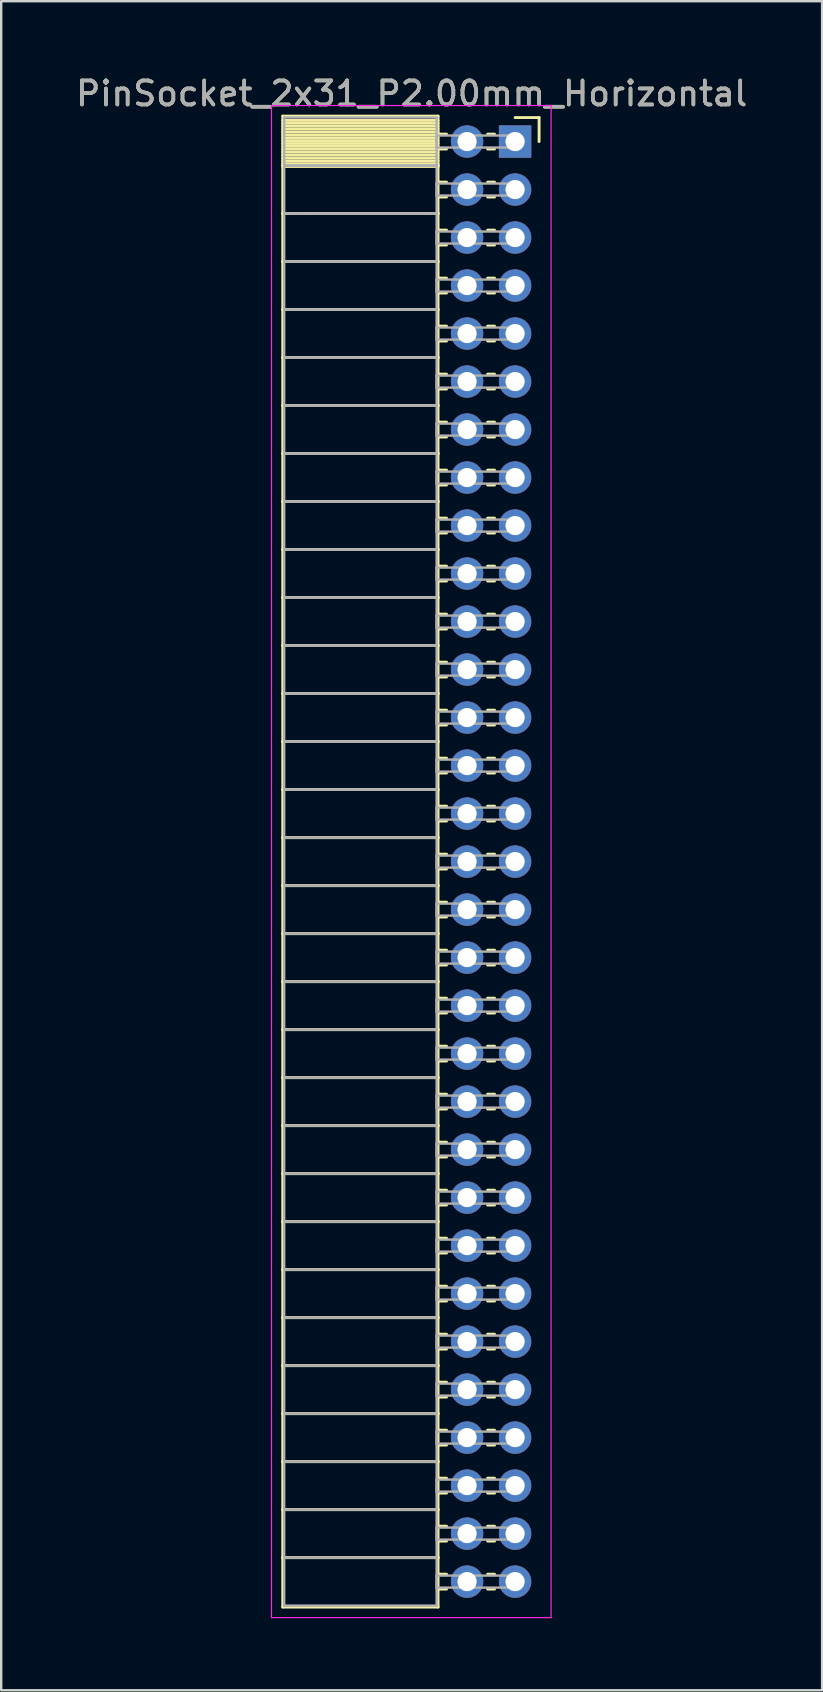
<source format=kicad_pcb>
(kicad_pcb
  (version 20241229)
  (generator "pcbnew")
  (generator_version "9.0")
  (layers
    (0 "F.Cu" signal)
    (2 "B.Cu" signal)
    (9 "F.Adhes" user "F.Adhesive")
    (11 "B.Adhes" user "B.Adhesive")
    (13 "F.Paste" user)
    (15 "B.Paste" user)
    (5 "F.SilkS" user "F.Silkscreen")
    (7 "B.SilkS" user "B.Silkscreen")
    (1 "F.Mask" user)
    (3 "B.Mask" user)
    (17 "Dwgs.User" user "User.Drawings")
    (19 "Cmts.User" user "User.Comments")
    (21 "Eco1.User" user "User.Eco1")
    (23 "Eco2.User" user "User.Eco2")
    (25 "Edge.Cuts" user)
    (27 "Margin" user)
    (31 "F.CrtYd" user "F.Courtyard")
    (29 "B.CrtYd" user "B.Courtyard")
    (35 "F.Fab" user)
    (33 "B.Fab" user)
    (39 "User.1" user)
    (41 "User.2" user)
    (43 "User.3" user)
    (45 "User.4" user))
  (footprint "PinSocket_2x31_P2.00mm_Horizontal"
    (layer "F.Cu")
    (at 18.411 2.848)
    (property "Reference" "PinSocket_2x31_P2.00mm_Horizontal" (at -4.31 -2 0) (layer "F.SilkS") (effects (font (size 1 1) (thickness 0.15))))
    (attr through_hole)
    (fp_line (start -9.68 -1.06) (end -3.21 -1.06) (stroke (width 0.12) (type solid)) (layer "F.SilkS"))
    (fp_line (start -9.68 1) (end -9.68 -1.06) (stroke (width 0.12) (type solid)) (layer "F.SilkS"))
    (fp_line (start -9.68 1) (end -3.21 1) (stroke (width 0.12) (type solid)) (layer "F.SilkS"))
    (fp_line (start -9.68 3) (end -9.68 1) (stroke (width 0.12) (type solid)) (layer "F.SilkS"))
    (fp_line (start -9.68 3) (end -3.21 3) (stroke (width 0.12) (type solid)) (layer "F.SilkS"))
    (fp_line (start -9.68 5) (end -9.68 3) (stroke (width 0.12) (type solid)) (layer "F.SilkS"))
    (fp_line (start -9.68 5) (end -3.21 5) (stroke (width 0.12) (type solid)) (layer "F.SilkS"))
    (fp_line (start -9.68 7) (end -9.68 5) (stroke (width 0.12) (type solid)) (layer "F.SilkS"))
    (fp_line (start -9.68 7) (end -3.21 7) (stroke (width 0.12) (type solid)) (layer "F.SilkS"))
    (fp_line (start -9.68 9) (end -9.68 7) (stroke (width 0.12) (type solid)) (layer "F.SilkS"))
    (fp_line (start -9.68 9) (end -3.21 9) (stroke (width 0.12) (type solid)) (layer "F.SilkS"))
    (fp_line (start -9.68 11) (end -9.68 9) (stroke (width 0.12) (type solid)) (layer "F.SilkS"))
    (fp_line (start -9.68 11) (end -3.21 11) (stroke (width 0.12) (type solid)) (layer "F.SilkS"))
    (fp_line (start -9.68 13) (end -9.68 11) (stroke (width 0.12) (type solid)) (layer "F.SilkS"))
    (fp_line (start -9.68 13) (end -3.21 13) (stroke (width 0.12) (type solid)) (layer "F.SilkS"))
    (fp_line (start -9.68 15) (end -9.68 13) (stroke (width 0.12) (type solid)) (layer "F.SilkS"))
    (fp_line (start -9.68 15) (end -3.21 15) (stroke (width 0.12) (type solid)) (layer "F.SilkS"))
    (fp_line (start -9.68 17) (end -9.68 15) (stroke (width 0.12) (type solid)) (layer "F.SilkS"))
    (fp_line (start -9.68 17) (end -3.21 17) (stroke (width 0.12) (type solid)) (layer "F.SilkS"))
    (fp_line (start -9.68 19) (end -9.68 17) (stroke (width 0.12) (type solid)) (layer "F.SilkS"))
    (fp_line (start -9.68 19) (end -3.21 19) (stroke (width 0.12) (type solid)) (layer "F.SilkS"))
    (fp_line (start -9.68 21) (end -9.68 19) (stroke (width 0.12) (type solid)) (layer "F.SilkS"))
    (fp_line (start -9.68 21) (end -3.21 21) (stroke (width 0.12) (type solid)) (layer "F.SilkS"))
    (fp_line (start -9.68 23) (end -9.68 21) (stroke (width 0.12) (type solid)) (layer "F.SilkS"))
    (fp_line (start -9.68 23) (end -3.21 23) (stroke (width 0.12) (type solid)) (layer "F.SilkS"))
    (fp_line (start -9.68 25) (end -9.68 23) (stroke (width 0.12) (type solid)) (layer "F.SilkS"))
    (fp_line (start -9.68 25) (end -3.21 25) (stroke (width 0.12) (type solid)) (layer "F.SilkS"))
    (fp_line (start -9.68 27) (end -9.68 25) (stroke (width 0.12) (type solid)) (layer "F.SilkS"))
    (fp_line (start -9.68 27) (end -3.21 27) (stroke (width 0.12) (type solid)) (layer "F.SilkS"))
    (fp_line (start -9.68 29) (end -9.68 27) (stroke (width 0.12) (type solid)) (layer "F.SilkS"))
    (fp_line (start -9.68 29) (end -3.21 29) (stroke (width 0.12) (type solid)) (layer "F.SilkS"))
    (fp_line (start -9.68 31) (end -9.68 29) (stroke (width 0.12) (type solid)) (layer "F.SilkS"))
    (fp_line (start -9.68 31) (end -3.21 31) (stroke (width 0.12) (type solid)) (layer "F.SilkS"))
    (fp_line (start -9.68 33) (end -9.68 31) (stroke (width 0.12) (type solid)) (layer "F.SilkS"))
    (fp_line (start -9.68 33) (end -3.21 33) (stroke (width 0.12) (type solid)) (layer "F.SilkS"))
    (fp_line (start -9.68 35) (end -9.68 33) (stroke (width 0.12) (type solid)) (layer "F.SilkS"))
    (fp_line (start -9.68 35) (end -3.21 35) (stroke (width 0.12) (type solid)) (layer "F.SilkS"))
    (fp_line (start -9.68 37) (end -9.68 35) (stroke (width 0.12) (type solid)) (layer "F.SilkS"))
    (fp_line (start -9.68 37) (end -3.21 37) (stroke (width 0.12) (type solid)) (layer "F.SilkS"))
    (fp_line (start -9.68 39) (end -9.68 37) (stroke (width 0.12) (type solid)) (layer "F.SilkS"))
    (fp_line (start -9.68 39) (end -3.21 39) (stroke (width 0.12) (type solid)) (layer "F.SilkS"))
    (fp_line (start -9.68 41) (end -9.68 39) (stroke (width 0.12) (type solid)) (layer "F.SilkS"))
    (fp_line (start -9.68 41) (end -3.21 41) (stroke (width 0.12) (type solid)) (layer "F.SilkS"))
    (fp_line (start -9.68 43) (end -9.68 41) (stroke (width 0.12) (type solid)) (layer "F.SilkS"))
    (fp_line (start -9.68 43) (end -3.21 43) (stroke (width 0.12) (type solid)) (layer "F.SilkS"))
    (fp_line (start -9.68 45) (end -9.68 43) (stroke (width 0.12) (type solid)) (layer "F.SilkS"))
    (fp_line (start -9.68 45) (end -3.21 45) (stroke (width 0.12) (type solid)) (layer "F.SilkS"))
    (fp_line (start -9.68 47) (end -9.68 45) (stroke (width 0.12) (type solid)) (layer "F.SilkS"))
    (fp_line (start -9.68 47) (end -3.21 47) (stroke (width 0.12) (type solid)) (layer "F.SilkS"))
    (fp_line (start -9.68 49) (end -9.68 47) (stroke (width 0.12) (type solid)) (layer "F.SilkS"))
    (fp_line (start -9.68 49) (end -3.21 49) (stroke (width 0.12) (type solid)) (layer "F.SilkS"))
    (fp_line (start -9.68 51) (end -9.68 49) (stroke (width 0.12) (type solid)) (layer "F.SilkS"))
    (fp_line (start -9.68 51) (end -3.21 51) (stroke (width 0.12) (type solid)) (layer "F.SilkS"))
    (fp_line (start -9.68 53) (end -9.68 51) (stroke (width 0.12) (type solid)) (layer "F.SilkS"))
    (fp_line (start -9.68 53) (end -3.21 53) (stroke (width 0.12) (type solid)) (layer "F.SilkS"))
    (fp_line (start -9.68 55) (end -9.68 53) (stroke (width 0.12) (type solid)) (layer "F.SilkS"))
    (fp_line (start -9.68 55) (end -3.21 55) (stroke (width 0.12) (type solid)) (layer "F.SilkS"))
    (fp_line (start -9.68 57) (end -9.68 55) (stroke (width 0.12) (type solid)) (layer "F.SilkS"))
    (fp_line (start -9.68 57) (end -3.21 57) (stroke (width 0.12) (type solid)) (layer "F.SilkS"))
    (fp_line (start -9.68 59) (end -9.68 57) (stroke (width 0.12) (type solid)) (layer "F.SilkS"))
    (fp_line (start -9.68 59) (end -3.21 59) (stroke (width 0.12) (type solid)) (layer "F.SilkS"))
    (fp_line (start -9.68 61.06) (end -9.68 59) (stroke (width 0.12) (type solid)) (layer "F.SilkS"))
    (fp_line (start -3.21 -1.06) (end -3.21 1) (stroke (width 0.12) (type solid)) (layer "F.SilkS"))
    (fp_line (start -3.21 -0.88) (end -9.68 -0.88) (stroke (width 0.12) (type solid)) (layer "F.SilkS"))
    (fp_line (start -3.21 -0.76) (end -9.68 -0.76) (stroke (width 0.12) (type solid)) (layer "F.SilkS"))
    (fp_line (start -3.21 -0.64) (end -9.68 -0.64) (stroke (width 0.12) (type solid)) (layer "F.SilkS"))
    (fp_line (start -3.21 -0.52) (end -9.68 -0.52) (stroke (width 0.12) (type solid)) (layer "F.SilkS"))
    (fp_line (start -3.21 -0.4) (end -9.68 -0.4) (stroke (width 0.12) (type solid)) (layer "F.SilkS"))
    (fp_line (start -3.21 -0.28) (end -9.68 -0.28) (stroke (width 0.12) (type solid)) (layer "F.SilkS"))
    (fp_line (start -3.21 -0.16) (end -9.68 -0.16) (stroke (width 0.12) (type solid)) (layer "F.SilkS"))
    (fp_line (start -3.21 -0.04) (end -9.68 -0.04) (stroke (width 0.12) (type solid)) (layer "F.SilkS"))
    (fp_line (start -3.21 0.08) (end -9.68 0.08) (stroke (width 0.12) (type solid)) (layer "F.SilkS"))
    (fp_line (start -3.21 0.2) (end -9.68 0.2) (stroke (width 0.12) (type solid)) (layer "F.SilkS"))
    (fp_line (start -3.21 0.32) (end -9.68 0.32) (stroke (width 0.12) (type solid)) (layer "F.SilkS"))
    (fp_line (start -3.21 0.44) (end -9.68 0.44) (stroke (width 0.12) (type solid)) (layer "F.SilkS"))
    (fp_line (start -3.21 0.56) (end -9.68 0.56) (stroke (width 0.12) (type solid)) (layer "F.SilkS"))
    (fp_line (start -3.21 0.68) (end -9.68 0.68) (stroke (width 0.12) (type solid)) (layer "F.SilkS"))
    (fp_line (start -3.21 0.8) (end -9.68 0.8) (stroke (width 0.12) (type solid)) (layer "F.SilkS"))
    (fp_line (start -3.21 0.92) (end -9.68 0.92) (stroke (width 0.12) (type solid)) (layer "F.SilkS"))
    (fp_line (start -3.21 1) (end -9.68 1) (stroke (width 0.12) (type solid)) (layer "F.SilkS"))
    (fp_line (start -3.21 1) (end -3.21 3) (stroke (width 0.12) (type solid)) (layer "F.SilkS"))
    (fp_line (start -3.21 1.04) (end -9.68 1.04) (stroke (width 0.12) (type solid)) (layer "F.SilkS"))
    (fp_line (start -3.21 3) (end -9.68 3) (stroke (width 0.12) (type solid)) (layer "F.SilkS"))
    (fp_line (start -3.21 3) (end -3.21 5) (stroke (width 0.12) (type solid)) (layer "F.SilkS"))
    (fp_line (start -3.21 5) (end -9.68 5) (stroke (width 0.12) (type solid)) (layer "F.SilkS"))
    (fp_line (start -3.21 5) (end -3.21 7) (stroke (width 0.12) (type solid)) (layer "F.SilkS"))
    (fp_line (start -3.21 7) (end -9.68 7) (stroke (width 0.12) (type solid)) (layer "F.SilkS"))
    (fp_line (start -3.21 7) (end -3.21 9) (stroke (width 0.12) (type solid)) (layer "F.SilkS"))
    (fp_line (start -3.21 9) (end -9.68 9) (stroke (width 0.12) (type solid)) (layer "F.SilkS"))
    (fp_line (start -3.21 9) (end -3.21 11) (stroke (width 0.12) (type solid)) (layer "F.SilkS"))
    (fp_line (start -3.21 11) (end -9.68 11) (stroke (width 0.12) (type solid)) (layer "F.SilkS"))
    (fp_line (start -3.21 11) (end -3.21 13) (stroke (width 0.12) (type solid)) (layer "F.SilkS"))
    (fp_line (start -3.21 13) (end -9.68 13) (stroke (width 0.12) (type solid)) (layer "F.SilkS"))
    (fp_line (start -3.21 13) (end -3.21 15) (stroke (width 0.12) (type solid)) (layer "F.SilkS"))
    (fp_line (start -3.21 15) (end -9.68 15) (stroke (width 0.12) (type solid)) (layer "F.SilkS"))
    (fp_line (start -3.21 15) (end -3.21 17) (stroke (width 0.12) (type solid)) (layer "F.SilkS"))
    (fp_line (start -3.21 17) (end -9.68 17) (stroke (width 0.12) (type solid)) (layer "F.SilkS"))
    (fp_line (start -3.21 17) (end -3.21 19) (stroke (width 0.12) (type solid)) (layer "F.SilkS"))
    (fp_line (start -3.21 19) (end -9.68 19) (stroke (width 0.12) (type solid)) (layer "F.SilkS"))
    (fp_line (start -3.21 19) (end -3.21 21) (stroke (width 0.12) (type solid)) (layer "F.SilkS"))
    (fp_line (start -3.21 21) (end -9.68 21) (stroke (width 0.12) (type solid)) (layer "F.SilkS"))
    (fp_line (start -3.21 21) (end -3.21 23) (stroke (width 0.12) (type solid)) (layer "F.SilkS"))
    (fp_line (start -3.21 23) (end -9.68 23) (stroke (width 0.12) (type solid)) (layer "F.SilkS"))
    (fp_line (start -3.21 23) (end -3.21 25) (stroke (width 0.12) (type solid)) (layer "F.SilkS"))
    (fp_line (start -3.21 25) (end -9.68 25) (stroke (width 0.12) (type solid)) (layer "F.SilkS"))
    (fp_line (start -3.21 25) (end -3.21 27) (stroke (width 0.12) (type solid)) (layer "F.SilkS"))
    (fp_line (start -3.21 27) (end -9.68 27) (stroke (width 0.12) (type solid)) (layer "F.SilkS"))
    (fp_line (start -3.21 27) (end -3.21 29) (stroke (width 0.12) (type solid)) (layer "F.SilkS"))
    (fp_line (start -3.21 29) (end -9.68 29) (stroke (width 0.12) (type solid)) (layer "F.SilkS"))
    (fp_line (start -3.21 29) (end -3.21 31) (stroke (width 0.12) (type solid)) (layer "F.SilkS"))
    (fp_line (start -3.21 31) (end -9.68 31) (stroke (width 0.12) (type solid)) (layer "F.SilkS"))
    (fp_line (start -3.21 31) (end -3.21 33) (stroke (width 0.12) (type solid)) (layer "F.SilkS"))
    (fp_line (start -3.21 33) (end -9.68 33) (stroke (width 0.12) (type solid)) (layer "F.SilkS"))
    (fp_line (start -3.21 33) (end -3.21 35) (stroke (width 0.12) (type solid)) (layer "F.SilkS"))
    (fp_line (start -3.21 35) (end -9.68 35) (stroke (width 0.12) (type solid)) (layer "F.SilkS"))
    (fp_line (start -3.21 35) (end -3.21 37) (stroke (width 0.12) (type solid)) (layer "F.SilkS"))
    (fp_line (start -3.21 37) (end -9.68 37) (stroke (width 0.12) (type solid)) (layer "F.SilkS"))
    (fp_line (start -3.21 37) (end -3.21 39) (stroke (width 0.12) (type solid)) (layer "F.SilkS"))
    (fp_line (start -3.21 39) (end -9.68 39) (stroke (width 0.12) (type solid)) (layer "F.SilkS"))
    (fp_line (start -3.21 39) (end -3.21 41) (stroke (width 0.12) (type solid)) (layer "F.SilkS"))
    (fp_line (start -3.21 41) (end -9.68 41) (stroke (width 0.12) (type solid)) (layer "F.SilkS"))
    (fp_line (start -3.21 41) (end -3.21 43) (stroke (width 0.12) (type solid)) (layer "F.SilkS"))
    (fp_line (start -3.21 43) (end -9.68 43) (stroke (width 0.12) (type solid)) (layer "F.SilkS"))
    (fp_line (start -3.21 43) (end -3.21 45) (stroke (width 0.12) (type solid)) (layer "F.SilkS"))
    (fp_line (start -3.21 45) (end -9.68 45) (stroke (width 0.12) (type solid)) (layer "F.SilkS"))
    (fp_line (start -3.21 45) (end -3.21 47) (stroke (width 0.12) (type solid)) (layer "F.SilkS"))
    (fp_line (start -3.21 47) (end -9.68 47) (stroke (width 0.12) (type solid)) (layer "F.SilkS"))
    (fp_line (start -3.21 47) (end -3.21 49) (stroke (width 0.12) (type solid)) (layer "F.SilkS"))
    (fp_line (start -3.21 49) (end -9.68 49) (stroke (width 0.12) (type solid)) (layer "F.SilkS"))
    (fp_line (start -3.21 49) (end -3.21 51) (stroke (width 0.12) (type solid)) (layer "F.SilkS"))
    (fp_line (start -3.21 51) (end -9.68 51) (stroke (width 0.12) (type solid)) (layer "F.SilkS"))
    (fp_line (start -3.21 51) (end -3.21 53) (stroke (width 0.12) (type solid)) (layer "F.SilkS"))
    (fp_line (start -3.21 53) (end -9.68 53) (stroke (width 0.12) (type solid)) (layer "F.SilkS"))
    (fp_line (start -3.21 53) (end -3.21 55) (stroke (width 0.12) (type solid)) (layer "F.SilkS"))
    (fp_line (start -3.21 55) (end -9.68 55) (stroke (width 0.12) (type solid)) (layer "F.SilkS"))
    (fp_line (start -3.21 55) (end -3.21 57) (stroke (width 0.12) (type solid)) (layer "F.SilkS"))
    (fp_line (start -3.21 57) (end -9.68 57) (stroke (width 0.12) (type solid)) (layer "F.SilkS"))
    (fp_line (start -3.21 57) (end -3.21 59) (stroke (width 0.12) (type solid)) (layer "F.SilkS"))
    (fp_line (start -3.21 59) (end -9.68 59) (stroke (width 0.12) (type solid)) (layer "F.SilkS"))
    (fp_line (start -3.21 59) (end -3.21 61.06) (stroke (width 0.12) (type solid)) (layer "F.SilkS"))
    (fp_line (start -3.21 61.06) (end -9.68 61.06) (stroke (width 0.12) (type solid)) (layer "F.SilkS"))
    (fp_line (start -2.855 -0.31) (end -3.21 -0.31) (stroke (width 0.12) (type solid)) (layer "F.SilkS"))
    (fp_line (start -2.855 0.31) (end -3.21 0.31) (stroke (width 0.12) (type solid)) (layer "F.SilkS"))
    (fp_line (start -2.855 1.69) (end -3.21 1.69) (stroke (width 0.12) (type solid)) (layer "F.SilkS"))
    (fp_line (start -2.855 2.31) (end -3.21 2.31) (stroke (width 0.12) (type solid)) (layer "F.SilkS"))
    (fp_line (start -2.855 3.69) (end -3.21 3.69) (stroke (width 0.12) (type solid)) (layer "F.SilkS"))
    (fp_line (start -2.855 4.31) (end -3.21 4.31) (stroke (width 0.12) (type solid)) (layer "F.SilkS"))
    (fp_line (start -2.855 5.69) (end -3.21 5.69) (stroke (width 0.12) (type solid)) (layer "F.SilkS"))
    (fp_line (start -2.855 6.31) (end -3.21 6.31) (stroke (width 0.12) (type solid)) (layer "F.SilkS"))
    (fp_line (start -2.855 7.69) (end -3.21 7.69) (stroke (width 0.12) (type solid)) (layer "F.SilkS"))
    (fp_line (start -2.855 8.31) (end -3.21 8.31) (stroke (width 0.12) (type solid)) (layer "F.SilkS"))
    (fp_line (start -2.855 9.69) (end -3.21 9.69) (stroke (width 0.12) (type solid)) (layer "F.SilkS"))
    (fp_line (start -2.855 10.31) (end -3.21 10.31) (stroke (width 0.12) (type solid)) (layer "F.SilkS"))
    (fp_line (start -2.855 11.69) (end -3.21 11.69) (stroke (width 0.12) (type solid)) (layer "F.SilkS"))
    (fp_line (start -2.855 12.31) (end -3.21 12.31) (stroke (width 0.12) (type solid)) (layer "F.SilkS"))
    (fp_line (start -2.855 13.69) (end -3.21 13.69) (stroke (width 0.12) (type solid)) (layer "F.SilkS"))
    (fp_line (start -2.855 14.31) (end -3.21 14.31) (stroke (width 0.12) (type solid)) (layer "F.SilkS"))
    (fp_line (start -2.855 15.69) (end -3.21 15.69) (stroke (width 0.12) (type solid)) (layer "F.SilkS"))
    (fp_line (start -2.855 16.31) (end -3.21 16.31) (stroke (width 0.12) (type solid)) (layer "F.SilkS"))
    (fp_line (start -2.855 17.69) (end -3.21 17.69) (stroke (width 0.12) (type solid)) (layer "F.SilkS"))
    (fp_line (start -2.855 18.31) (end -3.21 18.31) (stroke (width 0.12) (type solid)) (layer "F.SilkS"))
    (fp_line (start -2.855 19.69) (end -3.21 19.69) (stroke (width 0.12) (type solid)) (layer "F.SilkS"))
    (fp_line (start -2.855 20.31) (end -3.21 20.31) (stroke (width 0.12) (type solid)) (layer "F.SilkS"))
    (fp_line (start -2.855 21.69) (end -3.21 21.69) (stroke (width 0.12) (type solid)) (layer "F.SilkS"))
    (fp_line (start -2.855 22.31) (end -3.21 22.31) (stroke (width 0.12) (type solid)) (layer "F.SilkS"))
    (fp_line (start -2.855 23.69) (end -3.21 23.69) (stroke (width 0.12) (type solid)) (layer "F.SilkS"))
    (fp_line (start -2.855 24.31) (end -3.21 24.31) (stroke (width 0.12) (type solid)) (layer "F.SilkS"))
    (fp_line (start -2.855 25.69) (end -3.21 25.69) (stroke (width 0.12) (type solid)) (layer "F.SilkS"))
    (fp_line (start -2.855 26.31) (end -3.21 26.31) (stroke (width 0.12) (type solid)) (layer "F.SilkS"))
    (fp_line (start -2.855 27.69) (end -3.21 27.69) (stroke (width 0.12) (type solid)) (layer "F.SilkS"))
    (fp_line (start -2.855 28.31) (end -3.21 28.31) (stroke (width 0.12) (type solid)) (layer "F.SilkS"))
    (fp_line (start -2.855 29.69) (end -3.21 29.69) (stroke (width 0.12) (type solid)) (layer "F.SilkS"))
    (fp_line (start -2.855 30.31) (end -3.21 30.31) (stroke (width 0.12) (type solid)) (layer "F.SilkS"))
    (fp_line (start -2.855 31.69) (end -3.21 31.69) (stroke (width 0.12) (type solid)) (layer "F.SilkS"))
    (fp_line (start -2.855 32.31) (end -3.21 32.31) (stroke (width 0.12) (type solid)) (layer "F.SilkS"))
    (fp_line (start -2.855 33.69) (end -3.21 33.69) (stroke (width 0.12) (type solid)) (layer "F.SilkS"))
    (fp_line (start -2.855 34.31) (end -3.21 34.31) (stroke (width 0.12) (type solid)) (layer "F.SilkS"))
    (fp_line (start -2.855 35.69) (end -3.21 35.69) (stroke (width 0.12) (type solid)) (layer "F.SilkS"))
    (fp_line (start -2.855 36.31) (end -3.21 36.31) (stroke (width 0.12) (type solid)) (layer "F.SilkS"))
    (fp_line (start -2.855 37.69) (end -3.21 37.69) (stroke (width 0.12) (type solid)) (layer "F.SilkS"))
    (fp_line (start -2.855 38.31) (end -3.21 38.31) (stroke (width 0.12) (type solid)) (layer "F.SilkS"))
    (fp_line (start -2.855 39.69) (end -3.21 39.69) (stroke (width 0.12) (type solid)) (layer "F.SilkS"))
    (fp_line (start -2.855 40.31) (end -3.21 40.31) (stroke (width 0.12) (type solid)) (layer "F.SilkS"))
    (fp_line (start -2.855 41.69) (end -3.21 41.69) (stroke (width 0.12) (type solid)) (layer "F.SilkS"))
    (fp_line (start -2.855 42.31) (end -3.21 42.31) (stroke (width 0.12) (type solid)) (layer "F.SilkS"))
    (fp_line (start -2.855 43.69) (end -3.21 43.69) (stroke (width 0.12) (type solid)) (layer "F.SilkS"))
    (fp_line (start -2.855 44.31) (end -3.21 44.31) (stroke (width 0.12) (type solid)) (layer "F.SilkS"))
    (fp_line (start -2.855 45.69) (end -3.21 45.69) (stroke (width 0.12) (type solid)) (layer "F.SilkS"))
    (fp_line (start -2.855 46.31) (end -3.21 46.31) (stroke (width 0.12) (type solid)) (layer "F.SilkS"))
    (fp_line (start -2.855 47.69) (end -3.21 47.69) (stroke (width 0.12) (type solid)) (layer "F.SilkS"))
    (fp_line (start -2.855 48.31) (end -3.21 48.31) (stroke (width 0.12) (type solid)) (layer "F.SilkS"))
    (fp_line (start -2.855 49.69) (end -3.21 49.69) (stroke (width 0.12) (type solid)) (layer "F.SilkS"))
    (fp_line (start -2.855 50.31) (end -3.21 50.31) (stroke (width 0.12) (type solid)) (layer "F.SilkS"))
    (fp_line (start -2.855 51.69) (end -3.21 51.69) (stroke (width 0.12) (type solid)) (layer "F.SilkS"))
    (fp_line (start -2.855 52.31) (end -3.21 52.31) (stroke (width 0.12) (type solid)) (layer "F.SilkS"))
    (fp_line (start -2.855 53.69) (end -3.21 53.69) (stroke (width 0.12) (type solid)) (layer "F.SilkS"))
    (fp_line (start -2.855 54.31) (end -3.21 54.31) (stroke (width 0.12) (type solid)) (layer "F.SilkS"))
    (fp_line (start -2.855 55.69) (end -3.21 55.69) (stroke (width 0.12) (type solid)) (layer "F.SilkS"))
    (fp_line (start -2.855 56.31) (end -3.21 56.31) (stroke (width 0.12) (type solid)) (layer "F.SilkS"))
    (fp_line (start -2.855 57.69) (end -3.21 57.69) (stroke (width 0.12) (type solid)) (layer "F.SilkS"))
    (fp_line (start -2.855 58.31) (end -3.21 58.31) (stroke (width 0.12) (type solid)) (layer "F.SilkS"))
    (fp_line (start -2.855 59.69) (end -3.21 59.69) (stroke (width 0.12) (type solid)) (layer "F.SilkS"))
    (fp_line (start -2.855 60.31) (end -3.21 60.31) (stroke (width 0.12) (type solid)) (layer "F.SilkS"))
    (fp_line (start -0.855 -0.31) (end -1.145 -0.31) (stroke (width 0.12) (type solid)) (layer "F.SilkS"))
    (fp_line (start -0.855 0.31) (end -1.145 0.31) (stroke (width 0.12) (type solid)) (layer "F.SilkS"))
    (fp_line (start -0.855 1.69) (end -1.145 1.69) (stroke (width 0.12) (type solid)) (layer "F.SilkS"))
    (fp_line (start -0.855 2.31) (end -1.145 2.31) (stroke (width 0.12) (type solid)) (layer "F.SilkS"))
    (fp_line (start -0.855 3.69) (end -1.145 3.69) (stroke (width 0.12) (type solid)) (layer "F.SilkS"))
    (fp_line (start -0.855 4.31) (end -1.145 4.31) (stroke (width 0.12) (type solid)) (layer "F.SilkS"))
    (fp_line (start -0.855 5.69) (end -1.145 5.69) (stroke (width 0.12) (type solid)) (layer "F.SilkS"))
    (fp_line (start -0.855 6.31) (end -1.145 6.31) (stroke (width 0.12) (type solid)) (layer "F.SilkS"))
    (fp_line (start -0.855 7.69) (end -1.145 7.69) (stroke (width 0.12) (type solid)) (layer "F.SilkS"))
    (fp_line (start -0.855 8.31) (end -1.145 8.31) (stroke (width 0.12) (type solid)) (layer "F.SilkS"))
    (fp_line (start -0.855 9.69) (end -1.145 9.69) (stroke (width 0.12) (type solid)) (layer "F.SilkS"))
    (fp_line (start -0.855 10.31) (end -1.145 10.31) (stroke (width 0.12) (type solid)) (layer "F.SilkS"))
    (fp_line (start -0.855 11.69) (end -1.145 11.69) (stroke (width 0.12) (type solid)) (layer "F.SilkS"))
    (fp_line (start -0.855 12.31) (end -1.145 12.31) (stroke (width 0.12) (type solid)) (layer "F.SilkS"))
    (fp_line (start -0.855 13.69) (end -1.145 13.69) (stroke (width 0.12) (type solid)) (layer "F.SilkS"))
    (fp_line (start -0.855 14.31) (end -1.145 14.31) (stroke (width 0.12) (type solid)) (layer "F.SilkS"))
    (fp_line (start -0.855 15.69) (end -1.145 15.69) (stroke (width 0.12) (type solid)) (layer "F.SilkS"))
    (fp_line (start -0.855 16.31) (end -1.145 16.31) (stroke (width 0.12) (type solid)) (layer "F.SilkS"))
    (fp_line (start -0.855 17.69) (end -1.145 17.69) (stroke (width 0.12) (type solid)) (layer "F.SilkS"))
    (fp_line (start -0.855 18.31) (end -1.145 18.31) (stroke (width 0.12) (type solid)) (layer "F.SilkS"))
    (fp_line (start -0.855 19.69) (end -1.145 19.69) (stroke (width 0.12) (type solid)) (layer "F.SilkS"))
    (fp_line (start -0.855 20.31) (end -1.145 20.31) (stroke (width 0.12) (type solid)) (layer "F.SilkS"))
    (fp_line (start -0.855 21.69) (end -1.145 21.69) (stroke (width 0.12) (type solid)) (layer "F.SilkS"))
    (fp_line (start -0.855 22.31) (end -1.145 22.31) (stroke (width 0.12) (type solid)) (layer "F.SilkS"))
    (fp_line (start -0.855 23.69) (end -1.145 23.69) (stroke (width 0.12) (type solid)) (layer "F.SilkS"))
    (fp_line (start -0.855 24.31) (end -1.145 24.31) (stroke (width 0.12) (type solid)) (layer "F.SilkS"))
    (fp_line (start -0.855 25.69) (end -1.145 25.69) (stroke (width 0.12) (type solid)) (layer "F.SilkS"))
    (fp_line (start -0.855 26.31) (end -1.145 26.31) (stroke (width 0.12) (type solid)) (layer "F.SilkS"))
    (fp_line (start -0.855 27.69) (end -1.145 27.69) (stroke (width 0.12) (type solid)) (layer "F.SilkS"))
    (fp_line (start -0.855 28.31) (end -1.145 28.31) (stroke (width 0.12) (type solid)) (layer "F.SilkS"))
    (fp_line (start -0.855 29.69) (end -1.145 29.69) (stroke (width 0.12) (type solid)) (layer "F.SilkS"))
    (fp_line (start -0.855 30.31) (end -1.145 30.31) (stroke (width 0.12) (type solid)) (layer "F.SilkS"))
    (fp_line (start -0.855 31.69) (end -1.145 31.69) (stroke (width 0.12) (type solid)) (layer "F.SilkS"))
    (fp_line (start -0.855 32.31) (end -1.145 32.31) (stroke (width 0.12) (type solid)) (layer "F.SilkS"))
    (fp_line (start -0.855 33.69) (end -1.145 33.69) (stroke (width 0.12) (type solid)) (layer "F.SilkS"))
    (fp_line (start -0.855 34.31) (end -1.145 34.31) (stroke (width 0.12) (type solid)) (layer "F.SilkS"))
    (fp_line (start -0.855 35.69) (end -1.145 35.69) (stroke (width 0.12) (type solid)) (layer "F.SilkS"))
    (fp_line (start -0.855 36.31) (end -1.145 36.31) (stroke (width 0.12) (type solid)) (layer "F.SilkS"))
    (fp_line (start -0.855 37.69) (end -1.145 37.69) (stroke (width 0.12) (type solid)) (layer "F.SilkS"))
    (fp_line (start -0.855 38.31) (end -1.145 38.31) (stroke (width 0.12) (type solid)) (layer "F.SilkS"))
    (fp_line (start -0.855 39.69) (end -1.145 39.69) (stroke (width 0.12) (type solid)) (layer "F.SilkS"))
    (fp_line (start -0.855 40.31) (end -1.145 40.31) (stroke (width 0.12) (type solid)) (layer "F.SilkS"))
    (fp_line (start -0.855 41.69) (end -1.145 41.69) (stroke (width 0.12) (type solid)) (layer "F.SilkS"))
    (fp_line (start -0.855 42.31) (end -1.145 42.31) (stroke (width 0.12) (type solid)) (layer "F.SilkS"))
    (fp_line (start -0.855 43.69) (end -1.145 43.69) (stroke (width 0.12) (type solid)) (layer "F.SilkS"))
    (fp_line (start -0.855 44.31) (end -1.145 44.31) (stroke (width 0.12) (type solid)) (layer "F.SilkS"))
    (fp_line (start -0.855 45.69) (end -1.145 45.69) (stroke (width 0.12) (type solid)) (layer "F.SilkS"))
    (fp_line (start -0.855 46.31) (end -1.145 46.31) (stroke (width 0.12) (type solid)) (layer "F.SilkS"))
    (fp_line (start -0.855 47.69) (end -1.145 47.69) (stroke (width 0.12) (type solid)) (layer "F.SilkS"))
    (fp_line (start -0.855 48.31) (end -1.145 48.31) (stroke (width 0.12) (type solid)) (layer "F.SilkS"))
    (fp_line (start -0.855 49.69) (end -1.145 49.69) (stroke (width 0.12) (type solid)) (layer "F.SilkS"))
    (fp_line (start -0.855 50.31) (end -1.145 50.31) (stroke (width 0.12) (type solid)) (layer "F.SilkS"))
    (fp_line (start -0.855 51.69) (end -1.145 51.69) (stroke (width 0.12) (type solid)) (layer "F.SilkS"))
    (fp_line (start -0.855 52.31) (end -1.145 52.31) (stroke (width 0.12) (type solid)) (layer "F.SilkS"))
    (fp_line (start -0.855 53.69) (end -1.145 53.69) (stroke (width 0.12) (type solid)) (layer "F.SilkS"))
    (fp_line (start -0.855 54.31) (end -1.145 54.31) (stroke (width 0.12) (type solid)) (layer "F.SilkS"))
    (fp_line (start -0.855 55.69) (end -1.145 55.69) (stroke (width 0.12) (type solid)) (layer "F.SilkS"))
    (fp_line (start -0.855 56.31) (end -1.145 56.31) (stroke (width 0.12) (type solid)) (layer "F.SilkS"))
    (fp_line (start -0.855 57.69) (end -1.145 57.69) (stroke (width 0.12) (type solid)) (layer "F.SilkS"))
    (fp_line (start -0.855 58.31) (end -1.145 58.31) (stroke (width 0.12) (type solid)) (layer "F.SilkS"))
    (fp_line (start -0.855 59.69) (end -1.145 59.69) (stroke (width 0.12) (type solid)) (layer "F.SilkS"))
    (fp_line (start -0.855 60.31) (end -1.145 60.31) (stroke (width 0.12) (type solid)) (layer "F.SilkS"))
    (fp_line (start 0 -1) (end 1 -1) (stroke (width 0.12) (type solid)) (layer "F.SilkS"))
    (fp_line (start 1 -1) (end 1 0) (stroke (width 0.12) (type solid)) (layer "F.SilkS"))
    (fp_line (start -10.15 -1.5) (end 1.5 -1.5) (stroke (width 0.05) (type solid)) (layer "F.CrtYd"))
    (fp_line (start -10.15 61.5) (end -10.15 -1.5) (stroke (width 0.05) (type solid)) (layer "F.CrtYd"))
    (fp_line (start 1.5 -1.5) (end 1.5 61.5) (stroke (width 0.05) (type solid)) (layer "F.CrtYd"))
    (fp_line (start 1.5 61.5) (end -10.15 61.5) (stroke (width 0.05) (type solid)) (layer "F.CrtYd"))
    (fp_line (start -9.62 -1) (end -3.27 -1) (stroke (width 0.1) (type solid)) (layer "F.Fab"))
    (fp_line (start -9.62 1) (end -9.62 -1) (stroke (width 0.1) (type solid)) (layer "F.Fab"))
    (fp_line (start -9.62 1) (end -3.27 1) (stroke (width 0.1) (type solid)) (layer "F.Fab"))
    (fp_line (start -9.62 3) (end -9.62 1) (stroke (width 0.1) (type solid)) (layer "F.Fab"))
    (fp_line (start -9.62 3) (end -3.27 3) (stroke (width 0.1) (type solid)) (layer "F.Fab"))
    (fp_line (start -9.62 5) (end -9.62 3) (stroke (width 0.1) (type solid)) (layer "F.Fab"))
    (fp_line (start -9.62 5) (end -3.27 5) (stroke (width 0.1) (type solid)) (layer "F.Fab"))
    (fp_line (start -9.62 7) (end -9.62 5) (stroke (width 0.1) (type solid)) (layer "F.Fab"))
    (fp_line (start -9.62 7) (end -3.27 7) (stroke (width 0.1) (type solid)) (layer "F.Fab"))
    (fp_line (start -9.62 9) (end -9.62 7) (stroke (width 0.1) (type solid)) (layer "F.Fab"))
    (fp_line (start -9.62 9) (end -3.27 9) (stroke (width 0.1) (type solid)) (layer "F.Fab"))
    (fp_line (start -9.62 11) (end -9.62 9) (stroke (width 0.1) (type solid)) (layer "F.Fab"))
    (fp_line (start -9.62 11) (end -3.27 11) (stroke (width 0.1) (type solid)) (layer "F.Fab"))
    (fp_line (start -9.62 13) (end -9.62 11) (stroke (width 0.1) (type solid)) (layer "F.Fab"))
    (fp_line (start -9.62 13) (end -3.27 13) (stroke (width 0.1) (type solid)) (layer "F.Fab"))
    (fp_line (start -9.62 15) (end -9.62 13) (stroke (width 0.1) (type solid)) (layer "F.Fab"))
    (fp_line (start -9.62 15) (end -3.27 15) (stroke (width 0.1) (type solid)) (layer "F.Fab"))
    (fp_line (start -9.62 17) (end -9.62 15) (stroke (width 0.1) (type solid)) (layer "F.Fab"))
    (fp_line (start -9.62 17) (end -3.27 17) (stroke (width 0.1) (type solid)) (layer "F.Fab"))
    (fp_line (start -9.62 19) (end -9.62 17) (stroke (width 0.1) (type solid)) (layer "F.Fab"))
    (fp_line (start -9.62 19) (end -3.27 19) (stroke (width 0.1) (type solid)) (layer "F.Fab"))
    (fp_line (start -9.62 21) (end -9.62 19) (stroke (width 0.1) (type solid)) (layer "F.Fab"))
    (fp_line (start -9.62 21) (end -3.27 21) (stroke (width 0.1) (type solid)) (layer "F.Fab"))
    (fp_line (start -9.62 23) (end -9.62 21) (stroke (width 0.1) (type solid)) (layer "F.Fab"))
    (fp_line (start -9.62 23) (end -3.27 23) (stroke (width 0.1) (type solid)) (layer "F.Fab"))
    (fp_line (start -9.62 25) (end -9.62 23) (stroke (width 0.1) (type solid)) (layer "F.Fab"))
    (fp_line (start -9.62 25) (end -3.27 25) (stroke (width 0.1) (type solid)) (layer "F.Fab"))
    (fp_line (start -9.62 27) (end -9.62 25) (stroke (width 0.1) (type solid)) (layer "F.Fab"))
    (fp_line (start -9.62 27) (end -3.27 27) (stroke (width 0.1) (type solid)) (layer "F.Fab"))
    (fp_line (start -9.62 29) (end -9.62 27) (stroke (width 0.1) (type solid)) (layer "F.Fab"))
    (fp_line (start -9.62 29) (end -3.27 29) (stroke (width 0.1) (type solid)) (layer "F.Fab"))
    (fp_line (start -9.62 31) (end -9.62 29) (stroke (width 0.1) (type solid)) (layer "F.Fab"))
    (fp_line (start -9.62 31) (end -3.27 31) (stroke (width 0.1) (type solid)) (layer "F.Fab"))
    (fp_line (start -9.62 33) (end -9.62 31) (stroke (width 0.1) (type solid)) (layer "F.Fab"))
    (fp_line (start -9.62 33) (end -3.27 33) (stroke (width 0.1) (type solid)) (layer "F.Fab"))
    (fp_line (start -9.62 35) (end -9.62 33) (stroke (width 0.1) (type solid)) (layer "F.Fab"))
    (fp_line (start -9.62 35) (end -3.27 35) (stroke (width 0.1) (type solid)) (layer "F.Fab"))
    (fp_line (start -9.62 37) (end -9.62 35) (stroke (width 0.1) (type solid)) (layer "F.Fab"))
    (fp_line (start -9.62 37) (end -3.27 37) (stroke (width 0.1) (type solid)) (layer "F.Fab"))
    (fp_line (start -9.62 39) (end -9.62 37) (stroke (width 0.1) (type solid)) (layer "F.Fab"))
    (fp_line (start -9.62 39) (end -3.27 39) (stroke (width 0.1) (type solid)) (layer "F.Fab"))
    (fp_line (start -9.62 41) (end -9.62 39) (stroke (width 0.1) (type solid)) (layer "F.Fab"))
    (fp_line (start -9.62 41) (end -3.27 41) (stroke (width 0.1) (type solid)) (layer "F.Fab"))
    (fp_line (start -9.62 43) (end -9.62 41) (stroke (width 0.1) (type solid)) (layer "F.Fab"))
    (fp_line (start -9.62 43) (end -3.27 43) (stroke (width 0.1) (type solid)) (layer "F.Fab"))
    (fp_line (start -9.62 45) (end -9.62 43) (stroke (width 0.1) (type solid)) (layer "F.Fab"))
    (fp_line (start -9.62 45) (end -3.27 45) (stroke (width 0.1) (type solid)) (layer "F.Fab"))
    (fp_line (start -9.62 47) (end -9.62 45) (stroke (width 0.1) (type solid)) (layer "F.Fab"))
    (fp_line (start -9.62 47) (end -3.27 47) (stroke (width 0.1) (type solid)) (layer "F.Fab"))
    (fp_line (start -9.62 49) (end -9.62 47) (stroke (width 0.1) (type solid)) (layer "F.Fab"))
    (fp_line (start -9.62 49) (end -3.27 49) (stroke (width 0.1) (type solid)) (layer "F.Fab"))
    (fp_line (start -9.62 51) (end -9.62 49) (stroke (width 0.1) (type solid)) (layer "F.Fab"))
    (fp_line (start -9.62 51) (end -3.27 51) (stroke (width 0.1) (type solid)) (layer "F.Fab"))
    (fp_line (start -9.62 53) (end -9.62 51) (stroke (width 0.1) (type solid)) (layer "F.Fab"))
    (fp_line (start -9.62 53) (end -3.27 53) (stroke (width 0.1) (type solid)) (layer "F.Fab"))
    (fp_line (start -9.62 55) (end -9.62 53) (stroke (width 0.1) (type solid)) (layer "F.Fab"))
    (fp_line (start -9.62 55) (end -3.27 55) (stroke (width 0.1) (type solid)) (layer "F.Fab"))
    (fp_line (start -9.62 57) (end -9.62 55) (stroke (width 0.1) (type solid)) (layer "F.Fab"))
    (fp_line (start -9.62 57) (end -3.27 57) (stroke (width 0.1) (type solid)) (layer "F.Fab"))
    (fp_line (start -9.62 59) (end -9.62 57) (stroke (width 0.1) (type solid)) (layer "F.Fab"))
    (fp_line (start -9.62 59) (end -3.27 59) (stroke (width 0.1) (type solid)) (layer "F.Fab"))
    (fp_line (start -9.62 61) (end -9.62 59) (stroke (width 0.1) (type solid)) (layer "F.Fab"))
    (fp_line (start -3.27 -1) (end -3.27 1) (stroke (width 0.1) (type solid)) (layer "F.Fab"))
    (fp_line (start -3.27 -0.25) (end 0 -0.25) (stroke (width 0.1) (type solid)) (layer "F.Fab"))
    (fp_line (start -3.27 0.25) (end -3.27 -0.25) (stroke (width 0.1) (type solid)) (layer "F.Fab"))
    (fp_line (start -3.27 1) (end -9.62 1) (stroke (width 0.1) (type solid)) (layer "F.Fab"))
    (fp_line (start -3.27 1) (end -3.27 3) (stroke (width 0.1) (type solid)) (layer "F.Fab"))
    (fp_line (start -3.27 1.75) (end 0 1.75) (stroke (width 0.1) (type solid)) (layer "F.Fab"))
    (fp_line (start -3.27 2.25) (end -3.27 1.75) (stroke (width 0.1) (type solid)) (layer "F.Fab"))
    (fp_line (start -3.27 3) (end -9.62 3) (stroke (width 0.1) (type solid)) (layer "F.Fab"))
    (fp_line (start -3.27 3) (end -3.27 5) (stroke (width 0.1) (type solid)) (layer "F.Fab"))
    (fp_line (start -3.27 3.75) (end 0 3.75) (stroke (width 0.1) (type solid)) (layer "F.Fab"))
    (fp_line (start -3.27 4.25) (end -3.27 3.75) (stroke (width 0.1) (type solid)) (layer "F.Fab"))
    (fp_line (start -3.27 5) (end -9.62 5) (stroke (width 0.1) (type solid)) (layer "F.Fab"))
    (fp_line (start -3.27 5) (end -3.27 7) (stroke (width 0.1) (type solid)) (layer "F.Fab"))
    (fp_line (start -3.27 5.75) (end 0 5.75) (stroke (width 0.1) (type solid)) (layer "F.Fab"))
    (fp_line (start -3.27 6.25) (end -3.27 5.75) (stroke (width 0.1) (type solid)) (layer "F.Fab"))
    (fp_line (start -3.27 7) (end -9.62 7) (stroke (width 0.1) (type solid)) (layer "F.Fab"))
    (fp_line (start -3.27 7) (end -3.27 9) (stroke (width 0.1) (type solid)) (layer "F.Fab"))
    (fp_line (start -3.27 7.75) (end 0 7.75) (stroke (width 0.1) (type solid)) (layer "F.Fab"))
    (fp_line (start -3.27 8.25) (end -3.27 7.75) (stroke (width 0.1) (type solid)) (layer "F.Fab"))
    (fp_line (start -3.27 9) (end -9.62 9) (stroke (width 0.1) (type solid)) (layer "F.Fab"))
    (fp_line (start -3.27 9) (end -3.27 11) (stroke (width 0.1) (type solid)) (layer "F.Fab"))
    (fp_line (start -3.27 9.75) (end 0 9.75) (stroke (width 0.1) (type solid)) (layer "F.Fab"))
    (fp_line (start -3.27 10.25) (end -3.27 9.75) (stroke (width 0.1) (type solid)) (layer "F.Fab"))
    (fp_line (start -3.27 11) (end -9.62 11) (stroke (width 0.1) (type solid)) (layer "F.Fab"))
    (fp_line (start -3.27 11) (end -3.27 13) (stroke (width 0.1) (type solid)) (layer "F.Fab"))
    (fp_line (start -3.27 11.75) (end 0 11.75) (stroke (width 0.1) (type solid)) (layer "F.Fab"))
    (fp_line (start -3.27 12.25) (end -3.27 11.75) (stroke (width 0.1) (type solid)) (layer "F.Fab"))
    (fp_line (start -3.27 13) (end -9.62 13) (stroke (width 0.1) (type solid)) (layer "F.Fab"))
    (fp_line (start -3.27 13) (end -3.27 15) (stroke (width 0.1) (type solid)) (layer "F.Fab"))
    (fp_line (start -3.27 13.75) (end 0 13.75) (stroke (width 0.1) (type solid)) (layer "F.Fab"))
    (fp_line (start -3.27 14.25) (end -3.27 13.75) (stroke (width 0.1) (type solid)) (layer "F.Fab"))
    (fp_line (start -3.27 15) (end -9.62 15) (stroke (width 0.1) (type solid)) (layer "F.Fab"))
    (fp_line (start -3.27 15) (end -3.27 17) (stroke (width 0.1) (type solid)) (layer "F.Fab"))
    (fp_line (start -3.27 15.75) (end 0 15.75) (stroke (width 0.1) (type solid)) (layer "F.Fab"))
    (fp_line (start -3.27 16.25) (end -3.27 15.75) (stroke (width 0.1) (type solid)) (layer "F.Fab"))
    (fp_line (start -3.27 17) (end -9.62 17) (stroke (width 0.1) (type solid)) (layer "F.Fab"))
    (fp_line (start -3.27 17) (end -3.27 19) (stroke (width 0.1) (type solid)) (layer "F.Fab"))
    (fp_line (start -3.27 17.75) (end 0 17.75) (stroke (width 0.1) (type solid)) (layer "F.Fab"))
    (fp_line (start -3.27 18.25) (end -3.27 17.75) (stroke (width 0.1) (type solid)) (layer "F.Fab"))
    (fp_line (start -3.27 19) (end -9.62 19) (stroke (width 0.1) (type solid)) (layer "F.Fab"))
    (fp_line (start -3.27 19) (end -3.27 21) (stroke (width 0.1) (type solid)) (layer "F.Fab"))
    (fp_line (start -3.27 19.75) (end 0 19.75) (stroke (width 0.1) (type solid)) (layer "F.Fab"))
    (fp_line (start -3.27 20.25) (end -3.27 19.75) (stroke (width 0.1) (type solid)) (layer "F.Fab"))
    (fp_line (start -3.27 21) (end -9.62 21) (stroke (width 0.1) (type solid)) (layer "F.Fab"))
    (fp_line (start -3.27 21) (end -3.27 23) (stroke (width 0.1) (type solid)) (layer "F.Fab"))
    (fp_line (start -3.27 21.75) (end 0 21.75) (stroke (width 0.1) (type solid)) (layer "F.Fab"))
    (fp_line (start -3.27 22.25) (end -3.27 21.75) (stroke (width 0.1) (type solid)) (layer "F.Fab"))
    (fp_line (start -3.27 23) (end -9.62 23) (stroke (width 0.1) (type solid)) (layer "F.Fab"))
    (fp_line (start -3.27 23) (end -3.27 25) (stroke (width 0.1) (type solid)) (layer "F.Fab"))
    (fp_line (start -3.27 23.75) (end 0 23.75) (stroke (width 0.1) (type solid)) (layer "F.Fab"))
    (fp_line (start -3.27 24.25) (end -3.27 23.75) (stroke (width 0.1) (type solid)) (layer "F.Fab"))
    (fp_line (start -3.27 25) (end -9.62 25) (stroke (width 0.1) (type solid)) (layer "F.Fab"))
    (fp_line (start -3.27 25) (end -3.27 27) (stroke (width 0.1) (type solid)) (layer "F.Fab"))
    (fp_line (start -3.27 25.75) (end 0 25.75) (stroke (width 0.1) (type solid)) (layer "F.Fab"))
    (fp_line (start -3.27 26.25) (end -3.27 25.75) (stroke (width 0.1) (type solid)) (layer "F.Fab"))
    (fp_line (start -3.27 27) (end -9.62 27) (stroke (width 0.1) (type solid)) (layer "F.Fab"))
    (fp_line (start -3.27 27) (end -3.27 29) (stroke (width 0.1) (type solid)) (layer "F.Fab"))
    (fp_line (start -3.27 27.75) (end 0 27.75) (stroke (width 0.1) (type solid)) (layer "F.Fab"))
    (fp_line (start -3.27 28.25) (end -3.27 27.75) (stroke (width 0.1) (type solid)) (layer "F.Fab"))
    (fp_line (start -3.27 29) (end -9.62 29) (stroke (width 0.1) (type solid)) (layer "F.Fab"))
    (fp_line (start -3.27 29) (end -3.27 31) (stroke (width 0.1) (type solid)) (layer "F.Fab"))
    (fp_line (start -3.27 29.75) (end 0 29.75) (stroke (width 0.1) (type solid)) (layer "F.Fab"))
    (fp_line (start -3.27 30.25) (end -3.27 29.75) (stroke (width 0.1) (type solid)) (layer "F.Fab"))
    (fp_line (start -3.27 31) (end -9.62 31) (stroke (width 0.1) (type solid)) (layer "F.Fab"))
    (fp_line (start -3.27 31) (end -3.27 33) (stroke (width 0.1) (type solid)) (layer "F.Fab"))
    (fp_line (start -3.27 31.75) (end 0 31.75) (stroke (width 0.1) (type solid)) (layer "F.Fab"))
    (fp_line (start -3.27 32.25) (end -3.27 31.75) (stroke (width 0.1) (type solid)) (layer "F.Fab"))
    (fp_line (start -3.27 33) (end -9.62 33) (stroke (width 0.1) (type solid)) (layer "F.Fab"))
    (fp_line (start -3.27 33) (end -3.27 35) (stroke (width 0.1) (type solid)) (layer "F.Fab"))
    (fp_line (start -3.27 33.75) (end 0 33.75) (stroke (width 0.1) (type solid)) (layer "F.Fab"))
    (fp_line (start -3.27 34.25) (end -3.27 33.75) (stroke (width 0.1) (type solid)) (layer "F.Fab"))
    (fp_line (start -3.27 35) (end -9.62 35) (stroke (width 0.1) (type solid)) (layer "F.Fab"))
    (fp_line (start -3.27 35) (end -3.27 37) (stroke (width 0.1) (type solid)) (layer "F.Fab"))
    (fp_line (start -3.27 35.75) (end 0 35.75) (stroke (width 0.1) (type solid)) (layer "F.Fab"))
    (fp_line (start -3.27 36.25) (end -3.27 35.75) (stroke (width 0.1) (type solid)) (layer "F.Fab"))
    (fp_line (start -3.27 37) (end -9.62 37) (stroke (width 0.1) (type solid)) (layer "F.Fab"))
    (fp_line (start -3.27 37) (end -3.27 39) (stroke (width 0.1) (type solid)) (layer "F.Fab"))
    (fp_line (start -3.27 37.75) (end 0 37.75) (stroke (width 0.1) (type solid)) (layer "F.Fab"))
    (fp_line (start -3.27 38.25) (end -3.27 37.75) (stroke (width 0.1) (type solid)) (layer "F.Fab"))
    (fp_line (start -3.27 39) (end -9.62 39) (stroke (width 0.1) (type solid)) (layer "F.Fab"))
    (fp_line (start -3.27 39) (end -3.27 41) (stroke (width 0.1) (type solid)) (layer "F.Fab"))
    (fp_line (start -3.27 39.75) (end 0 39.75) (stroke (width 0.1) (type solid)) (layer "F.Fab"))
    (fp_line (start -3.27 40.25) (end -3.27 39.75) (stroke (width 0.1) (type solid)) (layer "F.Fab"))
    (fp_line (start -3.27 41) (end -9.62 41) (stroke (width 0.1) (type solid)) (layer "F.Fab"))
    (fp_line (start -3.27 41) (end -3.27 43) (stroke (width 0.1) (type solid)) (layer "F.Fab"))
    (fp_line (start -3.27 41.75) (end 0 41.75) (stroke (width 0.1) (type solid)) (layer "F.Fab"))
    (fp_line (start -3.27 42.25) (end -3.27 41.75) (stroke (width 0.1) (type solid)) (layer "F.Fab"))
    (fp_line (start -3.27 43) (end -9.62 43) (stroke (width 0.1) (type solid)) (layer "F.Fab"))
    (fp_line (start -3.27 43) (end -3.27 45) (stroke (width 0.1) (type solid)) (layer "F.Fab"))
    (fp_line (start -3.27 43.75) (end 0 43.75) (stroke (width 0.1) (type solid)) (layer "F.Fab"))
    (fp_line (start -3.27 44.25) (end -3.27 43.75) (stroke (width 0.1) (type solid)) (layer "F.Fab"))
    (fp_line (start -3.27 45) (end -9.62 45) (stroke (width 0.1) (type solid)) (layer "F.Fab"))
    (fp_line (start -3.27 45) (end -3.27 47) (stroke (width 0.1) (type solid)) (layer "F.Fab"))
    (fp_line (start -3.27 45.75) (end 0 45.75) (stroke (width 0.1) (type solid)) (layer "F.Fab"))
    (fp_line (start -3.27 46.25) (end -3.27 45.75) (stroke (width 0.1) (type solid)) (layer "F.Fab"))
    (fp_line (start -3.27 47) (end -9.62 47) (stroke (width 0.1) (type solid)) (layer "F.Fab"))
    (fp_line (start -3.27 47) (end -3.27 49) (stroke (width 0.1) (type solid)) (layer "F.Fab"))
    (fp_line (start -3.27 47.75) (end 0 47.75) (stroke (width 0.1) (type solid)) (layer "F.Fab"))
    (fp_line (start -3.27 48.25) (end -3.27 47.75) (stroke (width 0.1) (type solid)) (layer "F.Fab"))
    (fp_line (start -3.27 49) (end -9.62 49) (stroke (width 0.1) (type solid)) (layer "F.Fab"))
    (fp_line (start -3.27 49) (end -3.27 51) (stroke (width 0.1) (type solid)) (layer "F.Fab"))
    (fp_line (start -3.27 49.75) (end 0 49.75) (stroke (width 0.1) (type solid)) (layer "F.Fab"))
    (fp_line (start -3.27 50.25) (end -3.27 49.75) (stroke (width 0.1) (type solid)) (layer "F.Fab"))
    (fp_line (start -3.27 51) (end -9.62 51) (stroke (width 0.1) (type solid)) (layer "F.Fab"))
    (fp_line (start -3.27 51) (end -3.27 53) (stroke (width 0.1) (type solid)) (layer "F.Fab"))
    (fp_line (start -3.27 51.75) (end 0 51.75) (stroke (width 0.1) (type solid)) (layer "F.Fab"))
    (fp_line (start -3.27 52.25) (end -3.27 51.75) (stroke (width 0.1) (type solid)) (layer "F.Fab"))
    (fp_line (start -3.27 53) (end -9.62 53) (stroke (width 0.1) (type solid)) (layer "F.Fab"))
    (fp_line (start -3.27 53) (end -3.27 55) (stroke (width 0.1) (type solid)) (layer "F.Fab"))
    (fp_line (start -3.27 53.75) (end 0 53.75) (stroke (width 0.1) (type solid)) (layer "F.Fab"))
    (fp_line (start -3.27 54.25) (end -3.27 53.75) (stroke (width 0.1) (type solid)) (layer "F.Fab"))
    (fp_line (start -3.27 55) (end -9.62 55) (stroke (width 0.1) (type solid)) (layer "F.Fab"))
    (fp_line (start -3.27 55) (end -3.27 57) (stroke (width 0.1) (type solid)) (layer "F.Fab"))
    (fp_line (start -3.27 55.75) (end 0 55.75) (stroke (width 0.1) (type solid)) (layer "F.Fab"))
    (fp_line (start -3.27 56.25) (end -3.27 55.75) (stroke (width 0.1) (type solid)) (layer "F.Fab"))
    (fp_line (start -3.27 57) (end -9.62 57) (stroke (width 0.1) (type solid)) (layer "F.Fab"))
    (fp_line (start -3.27 57) (end -3.27 59) (stroke (width 0.1) (type solid)) (layer "F.Fab"))
    (fp_line (start -3.27 57.75) (end 0 57.75) (stroke (width 0.1) (type solid)) (layer "F.Fab"))
    (fp_line (start -3.27 58.25) (end -3.27 57.75) (stroke (width 0.1) (type solid)) (layer "F.Fab"))
    (fp_line (start -3.27 59) (end -9.62 59) (stroke (width 0.1) (type solid)) (layer "F.Fab"))
    (fp_line (start -3.27 59) (end -3.27 61) (stroke (width 0.1) (type solid)) (layer "F.Fab"))
    (fp_line (start -3.27 59.75) (end 0 59.75) (stroke (width 0.1) (type solid)) (layer "F.Fab"))
    (fp_line (start -3.27 60.25) (end -3.27 59.75) (stroke (width 0.1) (type solid)) (layer "F.Fab"))
    (fp_line (start -3.27 61) (end -9.62 61) (stroke (width 0.1) (type solid)) (layer "F.Fab"))
    (fp_line (start 0 -0.25) (end 0 0.25) (stroke (width 0.1) (type solid)) (layer "F.Fab"))
    (fp_line (start 0 0.25) (end -3.27 0.25) (stroke (width 0.1) (type solid)) (layer "F.Fab"))
    (fp_line (start 0 1.75) (end 0 2.25) (stroke (width 0.1) (type solid)) (layer "F.Fab"))
    (fp_line (start 0 2.25) (end -3.27 2.25) (stroke (width 0.1) (type solid)) (layer "F.Fab"))
    (fp_line (start 0 3.75) (end 0 4.25) (stroke (width 0.1) (type solid)) (layer "F.Fab"))
    (fp_line (start 0 4.25) (end -3.27 4.25) (stroke (width 0.1) (type solid)) (layer "F.Fab"))
    (fp_line (start 0 5.75) (end 0 6.25) (stroke (width 0.1) (type solid)) (layer "F.Fab"))
    (fp_line (start 0 6.25) (end -3.27 6.25) (stroke (width 0.1) (type solid)) (layer "F.Fab"))
    (fp_line (start 0 7.75) (end 0 8.25) (stroke (width 0.1) (type solid)) (layer "F.Fab"))
    (fp_line (start 0 8.25) (end -3.27 8.25) (stroke (width 0.1) (type solid)) (layer "F.Fab"))
    (fp_line (start 0 9.75) (end 0 10.25) (stroke (width 0.1) (type solid)) (layer "F.Fab"))
    (fp_line (start 0 10.25) (end -3.27 10.25) (stroke (width 0.1) (type solid)) (layer "F.Fab"))
    (fp_line (start 0 11.75) (end 0 12.25) (stroke (width 0.1) (type solid)) (layer "F.Fab"))
    (fp_line (start 0 12.25) (end -3.27 12.25) (stroke (width 0.1) (type solid)) (layer "F.Fab"))
    (fp_line (start 0 13.75) (end 0 14.25) (stroke (width 0.1) (type solid)) (layer "F.Fab"))
    (fp_line (start 0 14.25) (end -3.27 14.25) (stroke (width 0.1) (type solid)) (layer "F.Fab"))
    (fp_line (start 0 15.75) (end 0 16.25) (stroke (width 0.1) (type solid)) (layer "F.Fab"))
    (fp_line (start 0 16.25) (end -3.27 16.25) (stroke (width 0.1) (type solid)) (layer "F.Fab"))
    (fp_line (start 0 17.75) (end 0 18.25) (stroke (width 0.1) (type solid)) (layer "F.Fab"))
    (fp_line (start 0 18.25) (end -3.27 18.25) (stroke (width 0.1) (type solid)) (layer "F.Fab"))
    (fp_line (start 0 19.75) (end 0 20.25) (stroke (width 0.1) (type solid)) (layer "F.Fab"))
    (fp_line (start 0 20.25) (end -3.27 20.25) (stroke (width 0.1) (type solid)) (layer "F.Fab"))
    (fp_line (start 0 21.75) (end 0 22.25) (stroke (width 0.1) (type solid)) (layer "F.Fab"))
    (fp_line (start 0 22.25) (end -3.27 22.25) (stroke (width 0.1) (type solid)) (layer "F.Fab"))
    (fp_line (start 0 23.75) (end 0 24.25) (stroke (width 0.1) (type solid)) (layer "F.Fab"))
    (fp_line (start 0 24.25) (end -3.27 24.25) (stroke (width 0.1) (type solid)) (layer "F.Fab"))
    (fp_line (start 0 25.75) (end 0 26.25) (stroke (width 0.1) (type solid)) (layer "F.Fab"))
    (fp_line (start 0 26.25) (end -3.27 26.25) (stroke (width 0.1) (type solid)) (layer "F.Fab"))
    (fp_line (start 0 27.75) (end 0 28.25) (stroke (width 0.1) (type solid)) (layer "F.Fab"))
    (fp_line (start 0 28.25) (end -3.27 28.25) (stroke (width 0.1) (type solid)) (layer "F.Fab"))
    (fp_line (start 0 29.75) (end 0 30.25) (stroke (width 0.1) (type solid)) (layer "F.Fab"))
    (fp_line (start 0 30.25) (end -3.27 30.25) (stroke (width 0.1) (type solid)) (layer "F.Fab"))
    (fp_line (start 0 31.75) (end 0 32.25) (stroke (width 0.1) (type solid)) (layer "F.Fab"))
    (fp_line (start 0 32.25) (end -3.27 32.25) (stroke (width 0.1) (type solid)) (layer "F.Fab"))
    (fp_line (start 0 33.75) (end 0 34.25) (stroke (width 0.1) (type solid)) (layer "F.Fab"))
    (fp_line (start 0 34.25) (end -3.27 34.25) (stroke (width 0.1) (type solid)) (layer "F.Fab"))
    (fp_line (start 0 35.75) (end 0 36.25) (stroke (width 0.1) (type solid)) (layer "F.Fab"))
    (fp_line (start 0 36.25) (end -3.27 36.25) (stroke (width 0.1) (type solid)) (layer "F.Fab"))
    (fp_line (start 0 37.75) (end 0 38.25) (stroke (width 0.1) (type solid)) (layer "F.Fab"))
    (fp_line (start 0 38.25) (end -3.27 38.25) (stroke (width 0.1) (type solid)) (layer "F.Fab"))
    (fp_line (start 0 39.75) (end 0 40.25) (stroke (width 0.1) (type solid)) (layer "F.Fab"))
    (fp_line (start 0 40.25) (end -3.27 40.25) (stroke (width 0.1) (type solid)) (layer "F.Fab"))
    (fp_line (start 0 41.75) (end 0 42.25) (stroke (width 0.1) (type solid)) (layer "F.Fab"))
    (fp_line (start 0 42.25) (end -3.27 42.25) (stroke (width 0.1) (type solid)) (layer "F.Fab"))
    (fp_line (start 0 43.75) (end 0 44.25) (stroke (width 0.1) (type solid)) (layer "F.Fab"))
    (fp_line (start 0 44.25) (end -3.27 44.25) (stroke (width 0.1) (type solid)) (layer "F.Fab"))
    (fp_line (start 0 45.75) (end 0 46.25) (stroke (width 0.1) (type solid)) (layer "F.Fab"))
    (fp_line (start 0 46.25) (end -3.27 46.25) (stroke (width 0.1) (type solid)) (layer "F.Fab"))
    (fp_line (start 0 47.75) (end 0 48.25) (stroke (width 0.1) (type solid)) (layer "F.Fab"))
    (fp_line (start 0 48.25) (end -3.27 48.25) (stroke (width 0.1) (type solid)) (layer "F.Fab"))
    (fp_line (start 0 49.75) (end 0 50.25) (stroke (width 0.1) (type solid)) (layer "F.Fab"))
    (fp_line (start 0 50.25) (end -3.27 50.25) (stroke (width 0.1) (type solid)) (layer "F.Fab"))
    (fp_line (start 0 51.75) (end 0 52.25) (stroke (width 0.1) (type solid)) (layer "F.Fab"))
    (fp_line (start 0 52.25) (end -3.27 52.25) (stroke (width 0.1) (type solid)) (layer "F.Fab"))
    (fp_line (start 0 53.75) (end 0 54.25) (stroke (width 0.1) (type solid)) (layer "F.Fab"))
    (fp_line (start 0 54.25) (end -3.27 54.25) (stroke (width 0.1) (type solid)) (layer "F.Fab"))
    (fp_line (start 0 55.75) (end 0 56.25) (stroke (width 0.1) (type solid)) (layer "F.Fab"))
    (fp_line (start 0 56.25) (end -3.27 56.25) (stroke (width 0.1) (type solid)) (layer "F.Fab"))
    (fp_line (start 0 57.75) (end 0 58.25) (stroke (width 0.1) (type solid)) (layer "F.Fab"))
    (fp_line (start 0 58.25) (end -3.27 58.25) (stroke (width 0.1) (type solid)) (layer "F.Fab"))
    (fp_line (start 0 59.75) (end 0 60.25) (stroke (width 0.1) (type solid)) (layer "F.Fab"))
    (fp_line (start 0 60.25) (end -3.27 60.25) (stroke (width 0.1) (type solid)) (layer "F.Fab"))
    (fp_text user "${REFERENCE}" (at -4.31 -2 0) (layer "F.Fab") (effects (font (size 1 1) (thickness 0.15))))
    (pad "1" thru_hole rect (at 0 0) (size 1.35 1.35) (drill 0.8) (layers "*.Cu" "*.Mask"))
    (pad "2" thru_hole oval (at -2 0) (size 1.35 1.35) (drill 0.8) (layers "*.Cu" "*.Mask"))
    (pad "3" thru_hole oval (at 0 2) (size 1.35 1.35) (drill 0.8) (layers "*.Cu" "*.Mask"))
    (pad "4" thru_hole oval (at -2 2) (size 1.35 1.35) (drill 0.8) (layers "*.Cu" "*.Mask"))
    (pad "5" thru_hole oval (at 0 4) (size 1.35 1.35) (drill 0.8) (layers "*.Cu" "*.Mask"))
    (pad "6" thru_hole oval (at -2 4) (size 1.35 1.35) (drill 0.8) (layers "*.Cu" "*.Mask"))
    (pad "7" thru_hole oval (at 0 6) (size 1.35 1.35) (drill 0.8) (layers "*.Cu" "*.Mask"))
    (pad "8" thru_hole oval (at -2 6) (size 1.35 1.35) (drill 0.8) (layers "*.Cu" "*.Mask"))
    (pad "9" thru_hole oval (at 0 8) (size 1.35 1.35) (drill 0.8) (layers "*.Cu" "*.Mask"))
    (pad "10" thru_hole oval (at -2 8) (size 1.35 1.35) (drill 0.8) (layers "*.Cu" "*.Mask"))
    (pad "11" thru_hole oval (at 0 10) (size 1.35 1.35) (drill 0.8) (layers "*.Cu" "*.Mask"))
    (pad "12" thru_hole oval (at -2 10) (size 1.35 1.35) (drill 0.8) (layers "*.Cu" "*.Mask"))
    (pad "13" thru_hole oval (at 0 12) (size 1.35 1.35) (drill 0.8) (layers "*.Cu" "*.Mask"))
    (pad "14" thru_hole oval (at -2 12) (size 1.35 1.35) (drill 0.8) (layers "*.Cu" "*.Mask"))
    (pad "15" thru_hole oval (at 0 14) (size 1.35 1.35) (drill 0.8) (layers "*.Cu" "*.Mask"))
    (pad "16" thru_hole oval (at -2 14) (size 1.35 1.35) (drill 0.8) (layers "*.Cu" "*.Mask"))
    (pad "17" thru_hole oval (at 0 16) (size 1.35 1.35) (drill 0.8) (layers "*.Cu" "*.Mask"))
    (pad "18" thru_hole oval (at -2 16) (size 1.35 1.35) (drill 0.8) (layers "*.Cu" "*.Mask"))
    (pad "19" thru_hole oval (at 0 18) (size 1.35 1.35) (drill 0.8) (layers "*.Cu" "*.Mask"))
    (pad "20" thru_hole oval (at -2 18) (size 1.35 1.35) (drill 0.8) (layers "*.Cu" "*.Mask"))
    (pad "21" thru_hole oval (at 0 20) (size 1.35 1.35) (drill 0.8) (layers "*.Cu" "*.Mask"))
    (pad "22" thru_hole oval (at -2 20) (size 1.35 1.35) (drill 0.8) (layers "*.Cu" "*.Mask"))
    (pad "23" thru_hole oval (at 0 22) (size 1.35 1.35) (drill 0.8) (layers "*.Cu" "*.Mask"))
    (pad "24" thru_hole oval (at -2 22) (size 1.35 1.35) (drill 0.8) (layers "*.Cu" "*.Mask"))
    (pad "25" thru_hole oval (at 0 24) (size 1.35 1.35) (drill 0.8) (layers "*.Cu" "*.Mask"))
    (pad "26" thru_hole oval (at -2 24) (size 1.35 1.35) (drill 0.8) (layers "*.Cu" "*.Mask"))
    (pad "27" thru_hole oval (at 0 26) (size 1.35 1.35) (drill 0.8) (layers "*.Cu" "*.Mask"))
    (pad "28" thru_hole oval (at -2 26) (size 1.35 1.35) (drill 0.8) (layers "*.Cu" "*.Mask"))
    (pad "29" thru_hole oval (at 0 28) (size 1.35 1.35) (drill 0.8) (layers "*.Cu" "*.Mask"))
    (pad "30" thru_hole oval (at -2 28) (size 1.35 1.35) (drill 0.8) (layers "*.Cu" "*.Mask"))
    (pad "31" thru_hole oval (at 0 30) (size 1.35 1.35) (drill 0.8) (layers "*.Cu" "*.Mask"))
    (pad "32" thru_hole oval (at -2 30) (size 1.35 1.35) (drill 0.8) (layers "*.Cu" "*.Mask"))
    (pad "33" thru_hole oval (at 0 32) (size 1.35 1.35) (drill 0.8) (layers "*.Cu" "*.Mask"))
    (pad "34" thru_hole oval (at -2 32) (size 1.35 1.35) (drill 0.8) (layers "*.Cu" "*.Mask"))
    (pad "35" thru_hole oval (at 0 34) (size 1.35 1.35) (drill 0.8) (layers "*.Cu" "*.Mask"))
    (pad "36" thru_hole oval (at -2 34) (size 1.35 1.35) (drill 0.8) (layers "*.Cu" "*.Mask"))
    (pad "37" thru_hole oval (at 0 36) (size 1.35 1.35) (drill 0.8) (layers "*.Cu" "*.Mask"))
    (pad "38" thru_hole oval (at -2 36) (size 1.35 1.35) (drill 0.8) (layers "*.Cu" "*.Mask"))
    (pad "39" thru_hole oval (at 0 38) (size 1.35 1.35) (drill 0.8) (layers "*.Cu" "*.Mask"))
    (pad "40" thru_hole oval (at -2 38) (size 1.35 1.35) (drill 0.8) (layers "*.Cu" "*.Mask"))
    (pad "41" thru_hole oval (at 0 40) (size 1.35 1.35) (drill 0.8) (layers "*.Cu" "*.Mask"))
    (pad "42" thru_hole oval (at -2 40) (size 1.35 1.35) (drill 0.8) (layers "*.Cu" "*.Mask"))
    (pad "43" thru_hole oval (at 0 42) (size 1.35 1.35) (drill 0.8) (layers "*.Cu" "*.Mask"))
    (pad "44" thru_hole oval (at -2 42) (size 1.35 1.35) (drill 0.8) (layers "*.Cu" "*.Mask"))
    (pad "45" thru_hole oval (at 0 44) (size 1.35 1.35) (drill 0.8) (layers "*.Cu" "*.Mask"))
    (pad "46" thru_hole oval (at -2 44) (size 1.35 1.35) (drill 0.8) (layers "*.Cu" "*.Mask"))
    (pad "47" thru_hole oval (at 0 46) (size 1.35 1.35) (drill 0.8) (layers "*.Cu" "*.Mask"))
    (pad "48" thru_hole oval (at -2 46) (size 1.35 1.35) (drill 0.8) (layers "*.Cu" "*.Mask"))
    (pad "49" thru_hole oval (at 0 48) (size 1.35 1.35) (drill 0.8) (layers "*.Cu" "*.Mask"))
    (pad "50" thru_hole oval (at -2 48) (size 1.35 1.35) (drill 0.8) (layers "*.Cu" "*.Mask"))
    (pad "51" thru_hole oval (at 0 50) (size 1.35 1.35) (drill 0.8) (layers "*.Cu" "*.Mask"))
    (pad "52" thru_hole oval (at -2 50) (size 1.35 1.35) (drill 0.8) (layers "*.Cu" "*.Mask"))
    (pad "53" thru_hole oval (at 0 52) (size 1.35 1.35) (drill 0.8) (layers "*.Cu" "*.Mask"))
    (pad "54" thru_hole oval (at -2 52) (size 1.35 1.35) (drill 0.8) (layers "*.Cu" "*.Mask"))
    (pad "55" thru_hole oval (at 0 54) (size 1.35 1.35) (drill 0.8) (layers "*.Cu" "*.Mask"))
    (pad "56" thru_hole oval (at -2 54) (size 1.35 1.35) (drill 0.8) (layers "*.Cu" "*.Mask"))
    (pad "57" thru_hole oval (at 0 56) (size 1.35 1.35) (drill 0.8) (layers "*.Cu" "*.Mask"))
    (pad "58" thru_hole oval (at -2 56) (size 1.35 1.35) (drill 0.8) (layers "*.Cu" "*.Mask"))
    (pad "59" thru_hole oval (at 0 58) (size 1.35 1.35) (drill 0.8) (layers "*.Cu" "*.Mask"))
    (pad "60" thru_hole oval (at -2 58) (size 1.35 1.35) (drill 0.8) (layers "*.Cu" "*.Mask"))
    (pad "61" thru_hole oval (at 0 60) (size 1.35 1.35) (drill 0.8) (layers "*.Cu" "*.Mask"))
    (pad "62" thru_hole oval (at -2 60) (size 1.35 1.35) (drill 0.8) (layers "*.Cu" "*.Mask")))
  (gr_rect
    (start -3 -3)
    (end 31.202 67.373)
    (stroke (width 0.1) (type default))
    (fill no)
    (layer "Edge.Cuts")))
</source>
